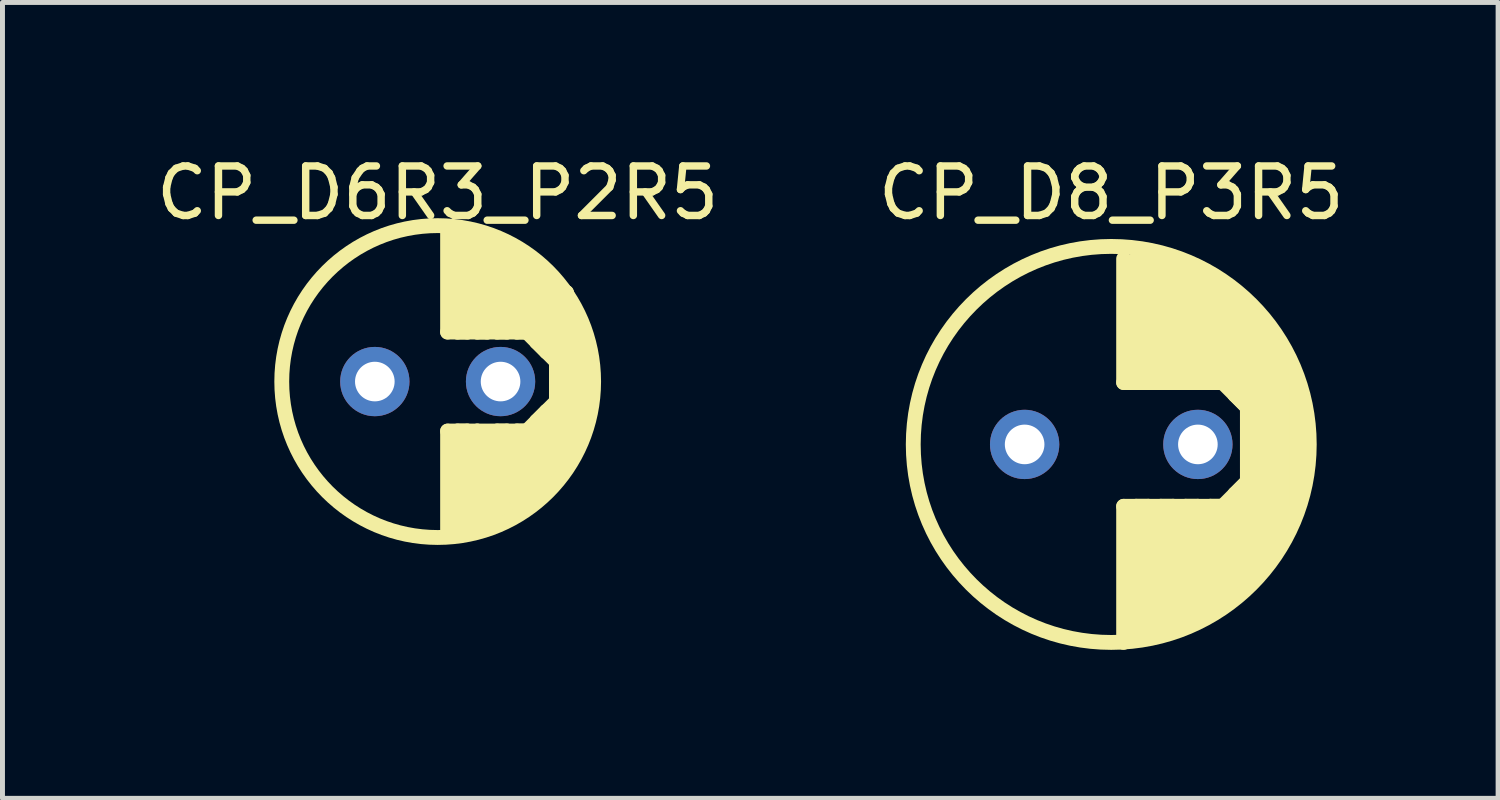
<source format=kicad_pcb>
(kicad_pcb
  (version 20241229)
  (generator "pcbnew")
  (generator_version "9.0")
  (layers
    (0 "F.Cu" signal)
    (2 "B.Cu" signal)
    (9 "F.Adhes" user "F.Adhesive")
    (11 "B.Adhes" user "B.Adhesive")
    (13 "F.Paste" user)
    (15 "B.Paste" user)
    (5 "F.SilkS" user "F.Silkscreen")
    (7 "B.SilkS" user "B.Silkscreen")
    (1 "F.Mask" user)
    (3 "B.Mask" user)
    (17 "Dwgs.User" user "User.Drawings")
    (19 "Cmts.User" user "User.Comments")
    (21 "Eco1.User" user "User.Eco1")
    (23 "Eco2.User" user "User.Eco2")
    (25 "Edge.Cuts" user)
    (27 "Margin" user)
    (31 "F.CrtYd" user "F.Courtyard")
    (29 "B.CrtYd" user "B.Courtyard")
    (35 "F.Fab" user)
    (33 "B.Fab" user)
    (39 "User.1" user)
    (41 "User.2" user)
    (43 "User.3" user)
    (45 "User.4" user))
  (footprint "CP_D8_P3R5"
    (layer "F.Cu")
    (at 19.399 5.928)
    (property "Reference" "CP_D8_P3R5" (at 0 -5.08 0) (layer "F.SilkS") (effects (font (size 1 1) (thickness 0.15))))
    (attr through_hole)
    (fp_line (start 0.25 -3.75) (end 0.25 -1.25) (stroke (width 0.3) (type solid)) (layer "F.SilkS"))
    (fp_line (start 0.25 -1.25) (end 2.25 -1.25) (stroke (width 0.3) (type solid)) (layer "F.SilkS"))
    (fp_line (start 0.25 1.25) (end 0.25 4) (stroke (width 0.3) (type solid)) (layer "F.SilkS"))
    (fp_line (start 0.5 -3.75) (end 0.5 -1.25) (stroke (width 0.3) (type solid)) (layer "F.SilkS"))
    (fp_line (start 0.5 -1.25) (end 0.75 -1.25) (stroke (width 0.3) (type solid)) (layer "F.SilkS"))
    (fp_line (start 0.5 1.25) (end 0.75 1.25) (stroke (width 0.3) (type solid)) (layer "F.SilkS"))
    (fp_line (start 0.5 3.75) (end 0.5 1.25) (stroke (width 0.3) (type solid)) (layer "F.SilkS"))
    (fp_line (start 0.75 -3.75) (end 1 -3.75) (stroke (width 0.3) (type solid)) (layer "F.SilkS"))
    (fp_line (start 0.75 -1.25) (end 0.75 -3.75) (stroke (width 0.3) (type solid)) (layer "F.SilkS"))
    (fp_line (start 0.75 1.25) (end 0.75 3.75) (stroke (width 0.3) (type solid)) (layer "F.SilkS"))
    (fp_line (start 0.75 3.75) (end 1 3.75) (stroke (width 0.3) (type solid)) (layer "F.SilkS"))
    (fp_line (start 1 -3.75) (end 1 -1.25) (stroke (width 0.3) (type solid)) (layer "F.SilkS"))
    (fp_line (start 1 -1.25) (end 1.25 -1.25) (stroke (width 0.3) (type solid)) (layer "F.SilkS"))
    (fp_line (start 1 1.25) (end 1.25 1.25) (stroke (width 0.3) (type solid)) (layer "F.SilkS"))
    (fp_line (start 1 3.75) (end 1 1.25) (stroke (width 0.3) (type solid)) (layer "F.SilkS"))
    (fp_line (start 1.25 -3.75) (end 1.5 -3.5) (stroke (width 0.3) (type solid)) (layer "F.SilkS"))
    (fp_line (start 1.25 -1.25) (end 1.25 -3.75) (stroke (width 0.3) (type solid)) (layer "F.SilkS"))
    (fp_line (start 1.25 1.25) (end 1.25 3.75) (stroke (width 0.3) (type solid)) (layer "F.SilkS"))
    (fp_line (start 1.25 3.75) (end 1.5 3.5) (stroke (width 0.3) (type solid)) (layer "F.SilkS"))
    (fp_line (start 1.5 -3.5) (end 1.5 -1.25) (stroke (width 0.3) (type solid)) (layer "F.SilkS"))
    (fp_line (start 1.5 -1.25) (end 1.75 -1.25) (stroke (width 0.3) (type solid)) (layer "F.SilkS"))
    (fp_line (start 1.5 1.25) (end 1.75 1.25) (stroke (width 0.3) (type solid)) (layer "F.SilkS"))
    (fp_line (start 1.5 3.5) (end 1.5 1.25) (stroke (width 0.3) (type solid)) (layer "F.SilkS"))
    (fp_line (start 1.75 -3.5) (end 2 -3.25) (stroke (width 0.3) (type solid)) (layer "F.SilkS"))
    (fp_line (start 1.75 -1.25) (end 1.75 -3.5) (stroke (width 0.3) (type solid)) (layer "F.SilkS"))
    (fp_line (start 1.75 1.25) (end 1.75 3.5) (stroke (width 0.3) (type solid)) (layer "F.SilkS"))
    (fp_line (start 1.75 3.5) (end 2 3.25) (stroke (width 0.3) (type solid)) (layer "F.SilkS"))
    (fp_line (start 2 -3.25) (end 2 -1.25) (stroke (width 0.3) (type solid)) (layer "F.SilkS"))
    (fp_line (start 2 -1.25) (end 2.25 -1.25) (stroke (width 0.3) (type solid)) (layer "F.SilkS"))
    (fp_line (start 2 1.25) (end 2.25 1.25) (stroke (width 0.3) (type solid)) (layer "F.SilkS"))
    (fp_line (start 2 3.25) (end 2 1.25) (stroke (width 0.3) (type solid)) (layer "F.SilkS"))
    (fp_line (start 2.25 -3.25) (end 2.5 -3) (stroke (width 0.3) (type solid)) (layer "F.SilkS"))
    (fp_line (start 2.25 -1.25) (end 2.25 -3.25) (stroke (width 0.3) (type solid)) (layer "F.SilkS"))
    (fp_line (start 2.25 -1.25) (end 2.75 -0.75) (stroke (width 0.3) (type solid)) (layer "F.SilkS"))
    (fp_line (start 2.25 1.25) (end 0.25 1.25) (stroke (width 0.3) (type solid)) (layer "F.SilkS"))
    (fp_line (start 2.25 1.25) (end 2.25 3.25) (stroke (width 0.3) (type solid)) (layer "F.SilkS"))
    (fp_line (start 2.25 3.25) (end 2.5 3) (stroke (width 0.3) (type solid)) (layer "F.SilkS"))
    (fp_line (start 2.5 -3) (end 2.5 -1) (stroke (width 0.3) (type solid)) (layer "F.SilkS"))
    (fp_line (start 2.5 -1) (end 2.75 -0.75) (stroke (width 0.3) (type solid)) (layer "F.SilkS"))
    (fp_line (start 2.5 1) (end 2.75 0.75) (stroke (width 0.3) (type solid)) (layer "F.SilkS"))
    (fp_line (start 2.5 3) (end 2.5 1) (stroke (width 0.3) (type solid)) (layer "F.SilkS"))
    (fp_line (start 2.75 -2.75) (end 3 -2.5) (stroke (width 0.3) (type solid)) (layer "F.SilkS"))
    (fp_line (start 2.75 -0.75) (end 2.75 -2.75) (stroke (width 0.3) (type solid)) (layer "F.SilkS"))
    (fp_line (start 2.75 -0.75) (end 2.75 0.75) (stroke (width 0.3) (type solid)) (layer "F.SilkS"))
    (fp_line (start 2.75 0.75) (end 2.25 1.25) (stroke (width 0.3) (type solid)) (layer "F.SilkS"))
    (fp_line (start 2.75 0.75) (end 2.75 2.75) (stroke (width 0.3) (type solid)) (layer "F.SilkS"))
    (fp_line (start 2.75 2.75) (end 3 2.5) (stroke (width 0.3) (type solid)) (layer "F.SilkS"))
    (fp_line (start 3 -2.5) (end 3 0) (stroke (width 0.3) (type solid)) (layer "F.SilkS"))
    (fp_line (start 3 0) (end 3.25 0) (stroke (width 0.3) (type solid)) (layer "F.SilkS"))
    (fp_line (start 3 0) (end 3.25 0) (stroke (width 0.3) (type solid)) (layer "F.SilkS"))
    (fp_line (start 3 2.5) (end 3 0) (stroke (width 0.3) (type solid)) (layer "F.SilkS"))
    (fp_line (start 3.25 -2.25) (end 3.5 -1.75) (stroke (width 0.3) (type solid)) (layer "F.SilkS"))
    (fp_line (start 3.25 0) (end 3.25 -2.25) (stroke (width 0.3) (type solid)) (layer "F.SilkS"))
    (fp_line (start 3.25 0) (end 3.25 2.25) (stroke (width 0.3) (type solid)) (layer "F.SilkS"))
    (fp_line (start 3.25 2.25) (end 3.5 1.75) (stroke (width 0.3) (type solid)) (layer "F.SilkS"))
    (fp_line (start 3.5 -1.75) (end 3.5 0) (stroke (width 0.3) (type solid)) (layer "F.SilkS"))
    (fp_line (start 3.5 0) (end 3.75 0) (stroke (width 0.3) (type solid)) (layer "F.SilkS"))
    (fp_line (start 3.5 0) (end 3.75 0) (stroke (width 0.3) (type solid)) (layer "F.SilkS"))
    (fp_line (start 3.5 1.75) (end 3.5 0) (stroke (width 0.3) (type solid)) (layer "F.SilkS"))
    (fp_line (start 3.75 0) (end 3.75 -1.25) (stroke (width 0.3) (type solid)) (layer "F.SilkS"))
    (fp_line (start 3.75 0) (end 3.75 1.25) (stroke (width 0.3) (type solid)) (layer "F.SilkS"))
    (fp_circle (center 0 0) (end 4 0) (stroke (width 0.3) (type solid)) (fill no) (layer "F.SilkS"))
    (pad "1" thru_hole circle (at -1.75 0) (size 1.4 1.4) (drill 0.8) (layers "*.Cu" "*.Mask"))
    (pad "2" thru_hole circle (at 1.75 0) (size 1.4 1.4) (drill 0.8) (layers "*.Cu" "*.Mask")))
  (footprint "CP_D6R3_P2R5"
    (layer "F.Cu")
    (at 5.792 4.658)
    (property "Reference" "CP_D6R3_P2R5" (at 0 -3.81 0) (layer "F.SilkS") (effects (font (size 1 1) (thickness 0.15))))
    (attr through_hole)
    (fp_line (start 0.2 -3) (end 0.2 -1) (stroke (width 0.3) (type solid)) (layer "F.SilkS"))
    (fp_line (start 0.2 -1) (end 1.8 -1) (stroke (width 0.3) (type solid)) (layer "F.SilkS"))
    (fp_line (start 0.2 1) (end 0.2 3) (stroke (width 0.3) (type solid)) (layer "F.SilkS"))
    (fp_line (start 0.4 -3) (end 0.4 -1) (stroke (width 0.3) (type solid)) (layer "F.SilkS"))
    (fp_line (start 0.4 -1) (end 0.6 -1) (stroke (width 0.3) (type solid)) (layer "F.SilkS"))
    (fp_line (start 0.4 1) (end 0.6 1) (stroke (width 0.3) (type solid)) (layer "F.SilkS"))
    (fp_line (start 0.4 3) (end 0.4 1) (stroke (width 0.3) (type solid)) (layer "F.SilkS"))
    (fp_line (start 0.6 -3) (end 0.8 -2.8) (stroke (width 0.3) (type solid)) (layer "F.SilkS"))
    (fp_line (start 0.6 -1) (end 0.6 -3) (stroke (width 0.3) (type solid)) (layer "F.SilkS"))
    (fp_line (start 0.6 1) (end 0.6 3) (stroke (width 0.3) (type solid)) (layer "F.SilkS"))
    (fp_line (start 0.6 3) (end 0.8 2.8) (stroke (width 0.3) (type solid)) (layer "F.SilkS"))
    (fp_line (start 0.8 -2.8) (end 0.8 -1) (stroke (width 0.3) (type solid)) (layer "F.SilkS"))
    (fp_line (start 0.8 -1) (end 1 -1) (stroke (width 0.3) (type solid)) (layer "F.SilkS"))
    (fp_line (start 0.8 1) (end 1 1.2) (stroke (width 0.3) (type solid)) (layer "F.SilkS"))
    (fp_line (start 0.8 2.8) (end 0.8 1) (stroke (width 0.3) (type solid)) (layer "F.SilkS"))
    (fp_line (start 1 -2.8) (end 1.2 -2.6) (stroke (width 0.3) (type solid)) (layer "F.SilkS"))
    (fp_line (start 1 -1) (end 1 -2.8) (stroke (width 0.3) (type solid)) (layer "F.SilkS"))
    (fp_line (start 1 1.2) (end 1 2.8) (stroke (width 0.3) (type solid)) (layer "F.SilkS"))
    (fp_line (start 1 2.8) (end 1.2 2.6) (stroke (width 0.3) (type solid)) (layer "F.SilkS"))
    (fp_line (start 1.2 -2.6) (end 1.2 -1) (stroke (width 0.3) (type solid)) (layer "F.SilkS"))
    (fp_line (start 1.2 -1) (end 1.4 -1) (stroke (width 0.3) (type solid)) (layer "F.SilkS"))
    (fp_line (start 1.2 1) (end 1.4 1) (stroke (width 0.3) (type solid)) (layer "F.SilkS"))
    (fp_line (start 1.2 2.6) (end 1.2 1) (stroke (width 0.3) (type solid)) (layer "F.SilkS"))
    (fp_line (start 1.4 -2.6) (end 1.6 -2.4) (stroke (width 0.3) (type solid)) (layer "F.SilkS"))
    (fp_line (start 1.4 -1) (end 1.4 -2.6) (stroke (width 0.3) (type solid)) (layer "F.SilkS"))
    (fp_line (start 1.4 1) (end 1.4 2.6) (stroke (width 0.3) (type solid)) (layer "F.SilkS"))
    (fp_line (start 1.4 2.6) (end 1.6 2.4) (stroke (width 0.3) (type solid)) (layer "F.SilkS"))
    (fp_line (start 1.6 -2.4) (end 1.6 -1) (stroke (width 0.3) (type solid)) (layer "F.SilkS"))
    (fp_line (start 1.6 -1) (end 1.8 -1) (stroke (width 0.3) (type solid)) (layer "F.SilkS"))
    (fp_line (start 1.6 1) (end 1.8 1) (stroke (width 0.3) (type solid)) (layer "F.SilkS"))
    (fp_line (start 1.6 2.4) (end 1.6 1) (stroke (width 0.3) (type solid)) (layer "F.SilkS"))
    (fp_line (start 1.8 -2.4) (end 2 -2.2) (stroke (width 0.3) (type solid)) (layer "F.SilkS"))
    (fp_line (start 1.8 -1) (end 1.8 -2.4) (stroke (width 0.3) (type solid)) (layer "F.SilkS"))
    (fp_line (start 1.8 -1) (end 2.4 -0.4) (stroke (width 0.3) (type solid)) (layer "F.SilkS"))
    (fp_line (start 1.8 1) (end 0.2 1) (stroke (width 0.3) (type solid)) (layer "F.SilkS"))
    (fp_line (start 1.8 1) (end 1.8 2.4) (stroke (width 0.3) (type solid)) (layer "F.SilkS"))
    (fp_line (start 1.8 2.4) (end 2 2.2) (stroke (width 0.3) (type solid)) (layer "F.SilkS"))
    (fp_line (start 2 -2.2) (end 2 -0.8) (stroke (width 0.3) (type solid)) (layer "F.SilkS"))
    (fp_line (start 2 -0.8) (end 2.2 -0.6) (stroke (width 0.3) (type solid)) (layer "F.SilkS"))
    (fp_line (start 2 0.8) (end 2.2 0.6) (stroke (width 0.3) (type solid)) (layer "F.SilkS"))
    (fp_line (start 2 2.2) (end 2 0.8) (stroke (width 0.3) (type solid)) (layer "F.SilkS"))
    (fp_line (start 2.2 -2.2) (end 2.4 -2) (stroke (width 0.3) (type solid)) (layer "F.SilkS"))
    (fp_line (start 2.2 -0.6) (end 2.2 -2.2) (stroke (width 0.3) (type solid)) (layer "F.SilkS"))
    (fp_line (start 2.2 0.6) (end 2.2 2) (stroke (width 0.3) (type solid)) (layer "F.SilkS"))
    (fp_line (start 2.2 2) (end 2.4 1.8) (stroke (width 0.3) (type solid)) (layer "F.SilkS"))
    (fp_line (start 2.4 -2) (end 2.4 -0.4) (stroke (width 0.3) (type solid)) (layer "F.SilkS"))
    (fp_line (start 2.4 -0.4) (end 2.4 0) (stroke (width 0.3) (type solid)) (layer "F.SilkS"))
    (fp_line (start 2.4 -0.4) (end 2.4 0.4) (stroke (width 0.3) (type solid)) (layer "F.SilkS"))
    (fp_line (start 2.4 0) (end 2.6 0) (stroke (width 0.3) (type solid)) (layer "F.SilkS"))
    (fp_line (start 2.4 0) (end 2.6 0) (stroke (width 0.3) (type solid)) (layer "F.SilkS"))
    (fp_line (start 2.4 0.4) (end 1.8 1) (stroke (width 0.3) (type solid)) (layer "F.SilkS"))
    (fp_line (start 2.4 1.8) (end 2.4 0) (stroke (width 0.3) (type solid)) (layer "F.SilkS"))
    (fp_line (start 2.6 -1.8) (end 2.8 -1.2) (stroke (width 0.3) (type solid)) (layer "F.SilkS"))
    (fp_line (start 2.6 0) (end 2.6 -1.8) (stroke (width 0.3) (type solid)) (layer "F.SilkS"))
    (fp_line (start 2.6 0) (end 2.6 1.6) (stroke (width 0.3) (type solid)) (layer "F.SilkS"))
    (fp_line (start 2.6 1.6) (end 2.8 1.2) (stroke (width 0.3) (type solid)) (layer "F.SilkS"))
    (fp_line (start 2.8 -1.2) (end 2.8 0) (stroke (width 0.3) (type solid)) (layer "F.SilkS"))
    (fp_line (start 2.8 0) (end 3 0) (stroke (width 0.3) (type solid)) (layer "F.SilkS"))
    (fp_line (start 2.8 0) (end 3 0) (stroke (width 0.3) (type solid)) (layer "F.SilkS"))
    (fp_line (start 2.8 1.2) (end 2.8 0) (stroke (width 0.3) (type solid)) (layer "F.SilkS"))
    (fp_line (start 3 0) (end 3 -0.8) (stroke (width 0.3) (type solid)) (layer "F.SilkS"))
    (fp_line (start 3 0) (end 3 0.8) (stroke (width 0.3) (type solid)) (layer "F.SilkS"))
    (fp_circle (center 0 0) (end 3.15 0) (stroke (width 0.3) (type solid)) (fill no) (layer "F.SilkS"))
    (pad "1" thru_hole circle (at -1.27 0) (size 1.4 1.4) (drill 0.8) (layers "*.Cu" "*.Mask"))
    (pad "2" thru_hole circle (at 1.27 0) (size 1.4 1.4) (drill 0.8) (layers "*.Cu" "*.Mask")))
  (gr_rect
    (start -3 -3)
    (end 27.214 13.078)
    (stroke (width 0.1) (type default))
    (fill no)
    (layer "Edge.Cuts")))
</source>
